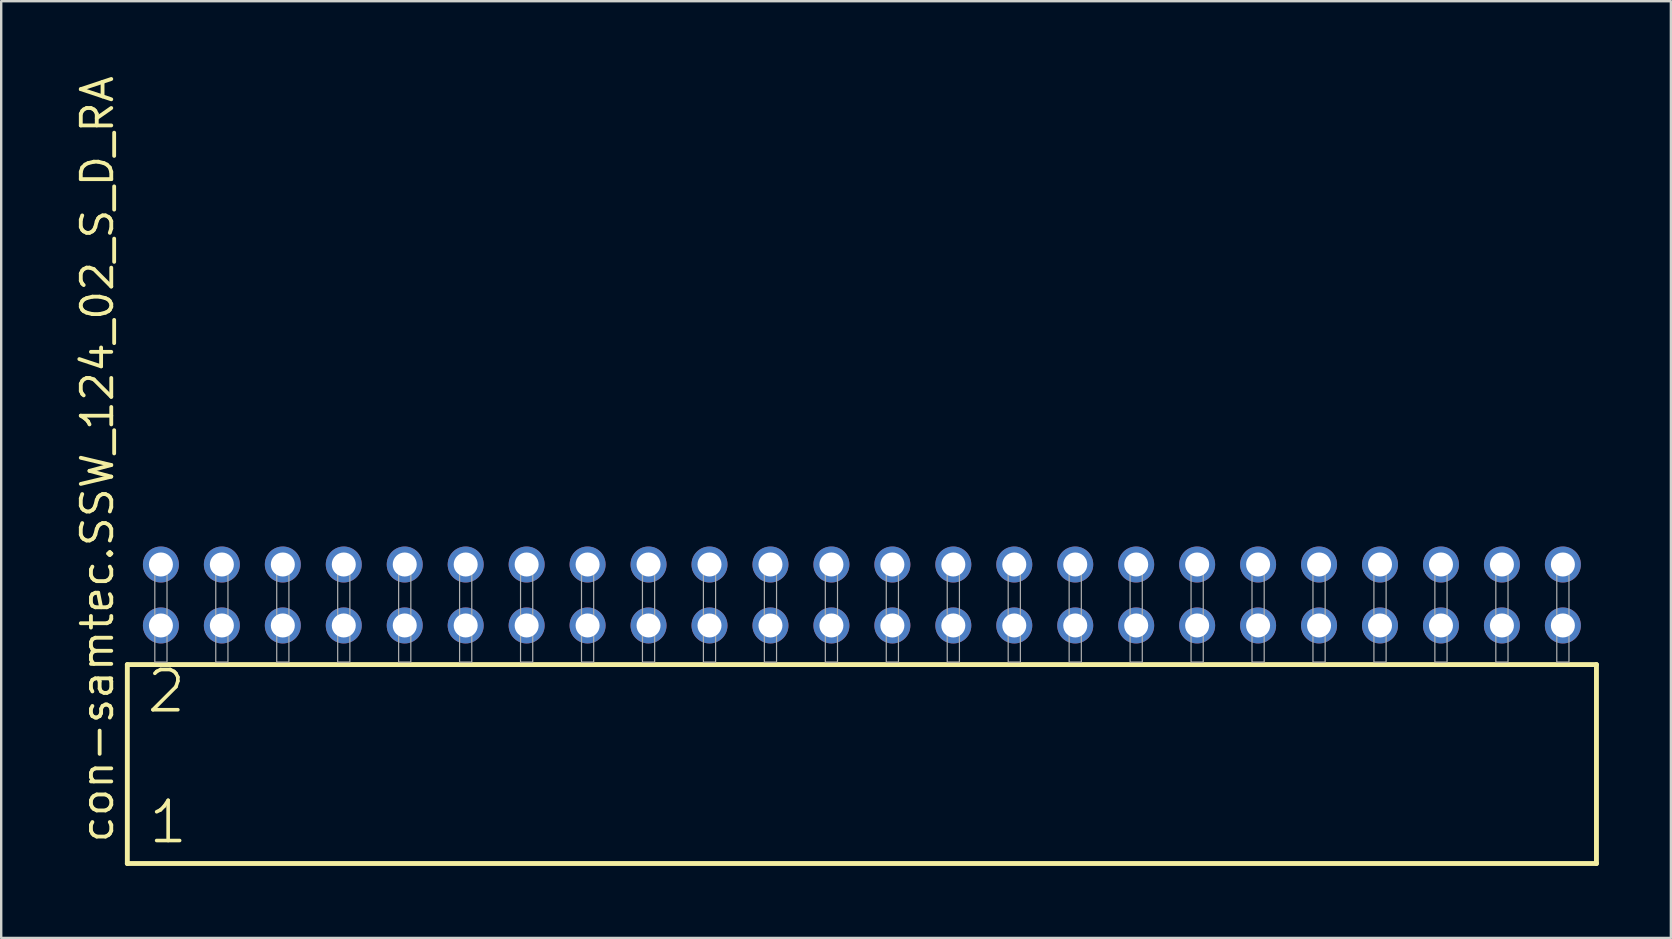
<source format=kicad_pcb>
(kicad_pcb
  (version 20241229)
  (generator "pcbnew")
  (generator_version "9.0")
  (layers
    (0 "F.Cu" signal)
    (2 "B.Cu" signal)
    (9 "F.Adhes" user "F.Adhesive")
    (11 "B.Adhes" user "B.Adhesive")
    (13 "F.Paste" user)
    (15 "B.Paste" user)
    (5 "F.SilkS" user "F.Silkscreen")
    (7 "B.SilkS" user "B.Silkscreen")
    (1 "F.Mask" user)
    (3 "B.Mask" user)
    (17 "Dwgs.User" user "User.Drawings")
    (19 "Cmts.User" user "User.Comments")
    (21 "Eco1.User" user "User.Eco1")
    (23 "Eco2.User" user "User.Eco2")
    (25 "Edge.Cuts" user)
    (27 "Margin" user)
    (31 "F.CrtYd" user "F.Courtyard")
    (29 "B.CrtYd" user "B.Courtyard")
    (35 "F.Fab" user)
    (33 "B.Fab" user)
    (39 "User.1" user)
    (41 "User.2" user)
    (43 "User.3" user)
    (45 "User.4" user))
  (footprint "con-samtec.SSW_124_02_S_D_RA"
    (layer "F.Cu")
    (at 32.865 24.537)
    (property "Reference" "con-samtec.SSW_124_02_S_D_RA" (at -31.115 7.62 90) (layer "F.SilkS") (effects (font (size 1.27 1.27) (thickness 0.16)) (justify left bottom)))
    (attr through_hole)
    (fp_line (start -30.609 0.106) (end -30.609 8.396) (stroke (width 0.203) (type default)) (layer "F.SilkS"))
    (fp_line (start -30.609 8.396) (end 30.609 8.396) (stroke (width 0.203) (type default)) (layer "F.SilkS"))
    (fp_line (start 30.609 0.106) (end -30.609 0.106) (stroke (width 0.203) (type default)) (layer "F.SilkS"))
    (fp_line (start 30.609 8.396) (end 30.609 0.106) (stroke (width 0.203) (type default)) (layer "F.SilkS"))
    (fp_rect (start -29.464 0) (end -28.956 -4.318) (stroke (width 0.05) (type default)) (fill no) (layer "F.Fab"))
    (fp_rect (start -26.924 0) (end -26.416 -4.318) (stroke (width 0.05) (type default)) (fill no) (layer "F.Fab"))
    (fp_rect (start -24.384 0) (end -23.876 -4.318) (stroke (width 0.05) (type default)) (fill no) (layer "F.Fab"))
    (fp_rect (start -21.844 0) (end -21.336 -4.318) (stroke (width 0.05) (type default)) (fill no) (layer "F.Fab"))
    (fp_rect (start -19.304 0) (end -18.796 -4.318) (stroke (width 0.05) (type default)) (fill no) (layer "F.Fab"))
    (fp_rect (start -16.764 0) (end -16.256 -4.318) (stroke (width 0.05) (type default)) (fill no) (layer "F.Fab"))
    (fp_rect (start -14.224 0) (end -13.716 -4.318) (stroke (width 0.05) (type default)) (fill no) (layer "F.Fab"))
    (fp_rect (start -11.684 0) (end -11.176 -4.318) (stroke (width 0.05) (type default)) (fill no) (layer "F.Fab"))
    (fp_rect (start -9.144 0) (end -8.636 -4.318) (stroke (width 0.05) (type default)) (fill no) (layer "F.Fab"))
    (fp_rect (start -6.604 0) (end -6.096 -4.318) (stroke (width 0.05) (type default)) (fill no) (layer "F.Fab"))
    (fp_rect (start -4.064 0) (end -3.556 -4.318) (stroke (width 0.05) (type default)) (fill no) (layer "F.Fab"))
    (fp_rect (start -1.524 0) (end -1.016 -4.318) (stroke (width 0.05) (type default)) (fill no) (layer "F.Fab"))
    (fp_rect (start 1.016 0) (end 1.524 -4.318) (stroke (width 0.05) (type default)) (fill no) (layer "F.Fab"))
    (fp_rect (start 3.556 0) (end 4.064 -4.318) (stroke (width 0.05) (type default)) (fill no) (layer "F.Fab"))
    (fp_rect (start 6.096 0) (end 6.604 -4.318) (stroke (width 0.05) (type default)) (fill no) (layer "F.Fab"))
    (fp_rect (start 8.636 0) (end 9.144 -4.318) (stroke (width 0.05) (type default)) (fill no) (layer "F.Fab"))
    (fp_rect (start 11.176 0) (end 11.684 -4.318) (stroke (width 0.05) (type default)) (fill no) (layer "F.Fab"))
    (fp_rect (start 13.716 0) (end 14.224 -4.318) (stroke (width 0.05) (type default)) (fill no) (layer "F.Fab"))
    (fp_rect (start 16.256 0) (end 16.764 -4.318) (stroke (width 0.05) (type default)) (fill no) (layer "F.Fab"))
    (fp_rect (start 18.796 0) (end 19.304 -4.318) (stroke (width 0.05) (type default)) (fill no) (layer "F.Fab"))
    (fp_rect (start 21.336 0) (end 21.844 -4.318) (stroke (width 0.05) (type default)) (fill no) (layer "F.Fab"))
    (fp_rect (start 23.876 0) (end 24.384 -4.318) (stroke (width 0.05) (type default)) (fill no) (layer "F.Fab"))
    (fp_rect (start 26.416 0) (end 26.924 -4.318) (stroke (width 0.05) (type default)) (fill no) (layer "F.Fab"))
    (fp_rect (start 28.956 0) (end 29.464 -4.318) (stroke (width 0.05) (type default)) (fill no) (layer "F.Fab"))
    (fp_text user "2" (at -29.88 2.2 0) (layer "F.SilkS") (effects (font (size 1.676 1.676) (thickness 0.15)) (justify left bottom)))
    (fp_text user "1" (at -29.805 7.65 0) (layer "F.SilkS") (effects (font (size 1.676 1.676) (thickness 0.15)) (justify left bottom)))
    (pad "1" thru_hole circle (at -29.21 -1.524) (size 1.5 1.5) (drill 1) (layers "*.Cu" "*.Mask"))
    (pad "2" thru_hole circle (at -29.21 -4.064) (size 1.5 1.5) (drill 1) (layers "*.Cu" "*.Mask"))
    (pad "3" thru_hole circle (at -26.67 -1.524) (size 1.5 1.5) (drill 1) (layers "*.Cu" "*.Mask"))
    (pad "4" thru_hole circle (at -26.67 -4.064) (size 1.5 1.5) (drill 1) (layers "*.Cu" "*.Mask"))
    (pad "5" thru_hole circle (at -24.13 -1.524) (size 1.5 1.5) (drill 1) (layers "*.Cu" "*.Mask"))
    (pad "6" thru_hole circle (at -24.13 -4.064) (size 1.5 1.5) (drill 1) (layers "*.Cu" "*.Mask"))
    (pad "7" thru_hole circle (at -21.59 -1.524) (size 1.5 1.5) (drill 1) (layers "*.Cu" "*.Mask"))
    (pad "8" thru_hole circle (at -21.59 -4.064) (size 1.5 1.5) (drill 1) (layers "*.Cu" "*.Mask"))
    (pad "9" thru_hole circle (at -19.05 -1.524) (size 1.5 1.5) (drill 1) (layers "*.Cu" "*.Mask"))
    (pad "10" thru_hole circle (at -19.05 -4.064) (size 1.5 1.5) (drill 1) (layers "*.Cu" "*.Mask"))
    (pad "11" thru_hole circle (at -16.51 -1.524) (size 1.5 1.5) (drill 1) (layers "*.Cu" "*.Mask"))
    (pad "12" thru_hole circle (at -16.51 -4.064) (size 1.5 1.5) (drill 1) (layers "*.Cu" "*.Mask"))
    (pad "13" thru_hole circle (at -13.97 -1.524) (size 1.5 1.5) (drill 1) (layers "*.Cu" "*.Mask"))
    (pad "14" thru_hole circle (at -13.97 -4.064) (size 1.5 1.5) (drill 1) (layers "*.Cu" "*.Mask"))
    (pad "15" thru_hole circle (at -11.43 -1.524) (size 1.5 1.5) (drill 1) (layers "*.Cu" "*.Mask"))
    (pad "16" thru_hole circle (at -11.43 -4.064) (size 1.5 1.5) (drill 1) (layers "*.Cu" "*.Mask"))
    (pad "17" thru_hole circle (at -8.89 -1.524) (size 1.5 1.5) (drill 1) (layers "*.Cu" "*.Mask"))
    (pad "18" thru_hole circle (at -8.89 -4.064) (size 1.5 1.5) (drill 1) (layers "*.Cu" "*.Mask"))
    (pad "19" thru_hole circle (at -6.35 -1.524) (size 1.5 1.5) (drill 1) (layers "*.Cu" "*.Mask"))
    (pad "20" thru_hole circle (at -6.35 -4.064) (size 1.5 1.5) (drill 1) (layers "*.Cu" "*.Mask"))
    (pad "21" thru_hole circle (at -3.81 -1.524) (size 1.5 1.5) (drill 1) (layers "*.Cu" "*.Mask"))
    (pad "22" thru_hole circle (at -3.81 -4.064) (size 1.5 1.5) (drill 1) (layers "*.Cu" "*.Mask"))
    (pad "23" thru_hole circle (at -1.27 -1.524) (size 1.5 1.5) (drill 1) (layers "*.Cu" "*.Mask"))
    (pad "24" thru_hole circle (at -1.27 -4.064) (size 1.5 1.5) (drill 1) (layers "*.Cu" "*.Mask"))
    (pad "25" thru_hole circle (at 1.27 -1.524) (size 1.5 1.5) (drill 1) (layers "*.Cu" "*.Mask"))
    (pad "26" thru_hole circle (at 1.27 -4.064) (size 1.5 1.5) (drill 1) (layers "*.Cu" "*.Mask"))
    (pad "27" thru_hole circle (at 3.81 -1.524) (size 1.5 1.5) (drill 1) (layers "*.Cu" "*.Mask"))
    (pad "28" thru_hole circle (at 3.81 -4.064) (size 1.5 1.5) (drill 1) (layers "*.Cu" "*.Mask"))
    (pad "29" thru_hole circle (at 6.35 -1.524) (size 1.5 1.5) (drill 1) (layers "*.Cu" "*.Mask"))
    (pad "30" thru_hole circle (at 6.35 -4.064) (size 1.5 1.5) (drill 1) (layers "*.Cu" "*.Mask"))
    (pad "31" thru_hole circle (at 8.89 -1.524) (size 1.5 1.5) (drill 1) (layers "*.Cu" "*.Mask"))
    (pad "32" thru_hole circle (at 8.89 -4.064) (size 1.5 1.5) (drill 1) (layers "*.Cu" "*.Mask"))
    (pad "33" thru_hole circle (at 11.43 -1.524) (size 1.5 1.5) (drill 1) (layers "*.Cu" "*.Mask"))
    (pad "34" thru_hole circle (at 11.43 -4.064) (size 1.5 1.5) (drill 1) (layers "*.Cu" "*.Mask"))
    (pad "35" thru_hole circle (at 13.97 -1.524) (size 1.5 1.5) (drill 1) (layers "*.Cu" "*.Mask"))
    (pad "36" thru_hole circle (at 13.97 -4.064) (size 1.5 1.5) (drill 1) (layers "*.Cu" "*.Mask"))
    (pad "37" thru_hole circle (at 16.51 -1.524) (size 1.5 1.5) (drill 1) (layers "*.Cu" "*.Mask"))
    (pad "38" thru_hole circle (at 16.51 -4.064) (size 1.5 1.5) (drill 1) (layers "*.Cu" "*.Mask"))
    (pad "39" thru_hole circle (at 19.05 -1.524) (size 1.5 1.5) (drill 1) (layers "*.Cu" "*.Mask"))
    (pad "40" thru_hole circle (at 19.05 -4.064) (size 1.5 1.5) (drill 1) (layers "*.Cu" "*.Mask"))
    (pad "41" thru_hole circle (at 21.59 -1.524) (size 1.5 1.5) (drill 1) (layers "*.Cu" "*.Mask"))
    (pad "42" thru_hole circle (at 21.59 -4.064) (size 1.5 1.5) (drill 1) (layers "*.Cu" "*.Mask"))
    (pad "43" thru_hole circle (at 24.13 -1.524) (size 1.5 1.5) (drill 1) (layers "*.Cu" "*.Mask"))
    (pad "44" thru_hole circle (at 24.13 -4.064) (size 1.5 1.5) (drill 1) (layers "*.Cu" "*.Mask"))
    (pad "45" thru_hole circle (at 26.67 -1.524) (size 1.5 1.5) (drill 1) (layers "*.Cu" "*.Mask"))
    (pad "46" thru_hole circle (at 26.67 -4.064) (size 1.5 1.5) (drill 1) (layers "*.Cu" "*.Mask"))
    (pad "47" thru_hole circle (at 29.21 -1.524) (size 1.5 1.5) (drill 1) (layers "*.Cu" "*.Mask"))
    (pad "48" thru_hole circle (at 29.21 -4.064) (size 1.5 1.5) (drill 1) (layers "*.Cu" "*.Mask")))
  (gr_rect
    (start -3 -3)
    (end 66.576 36.035)
    (stroke (width 0.1) (type default))
    (fill no)
    (layer "Edge.Cuts")))
</source>
